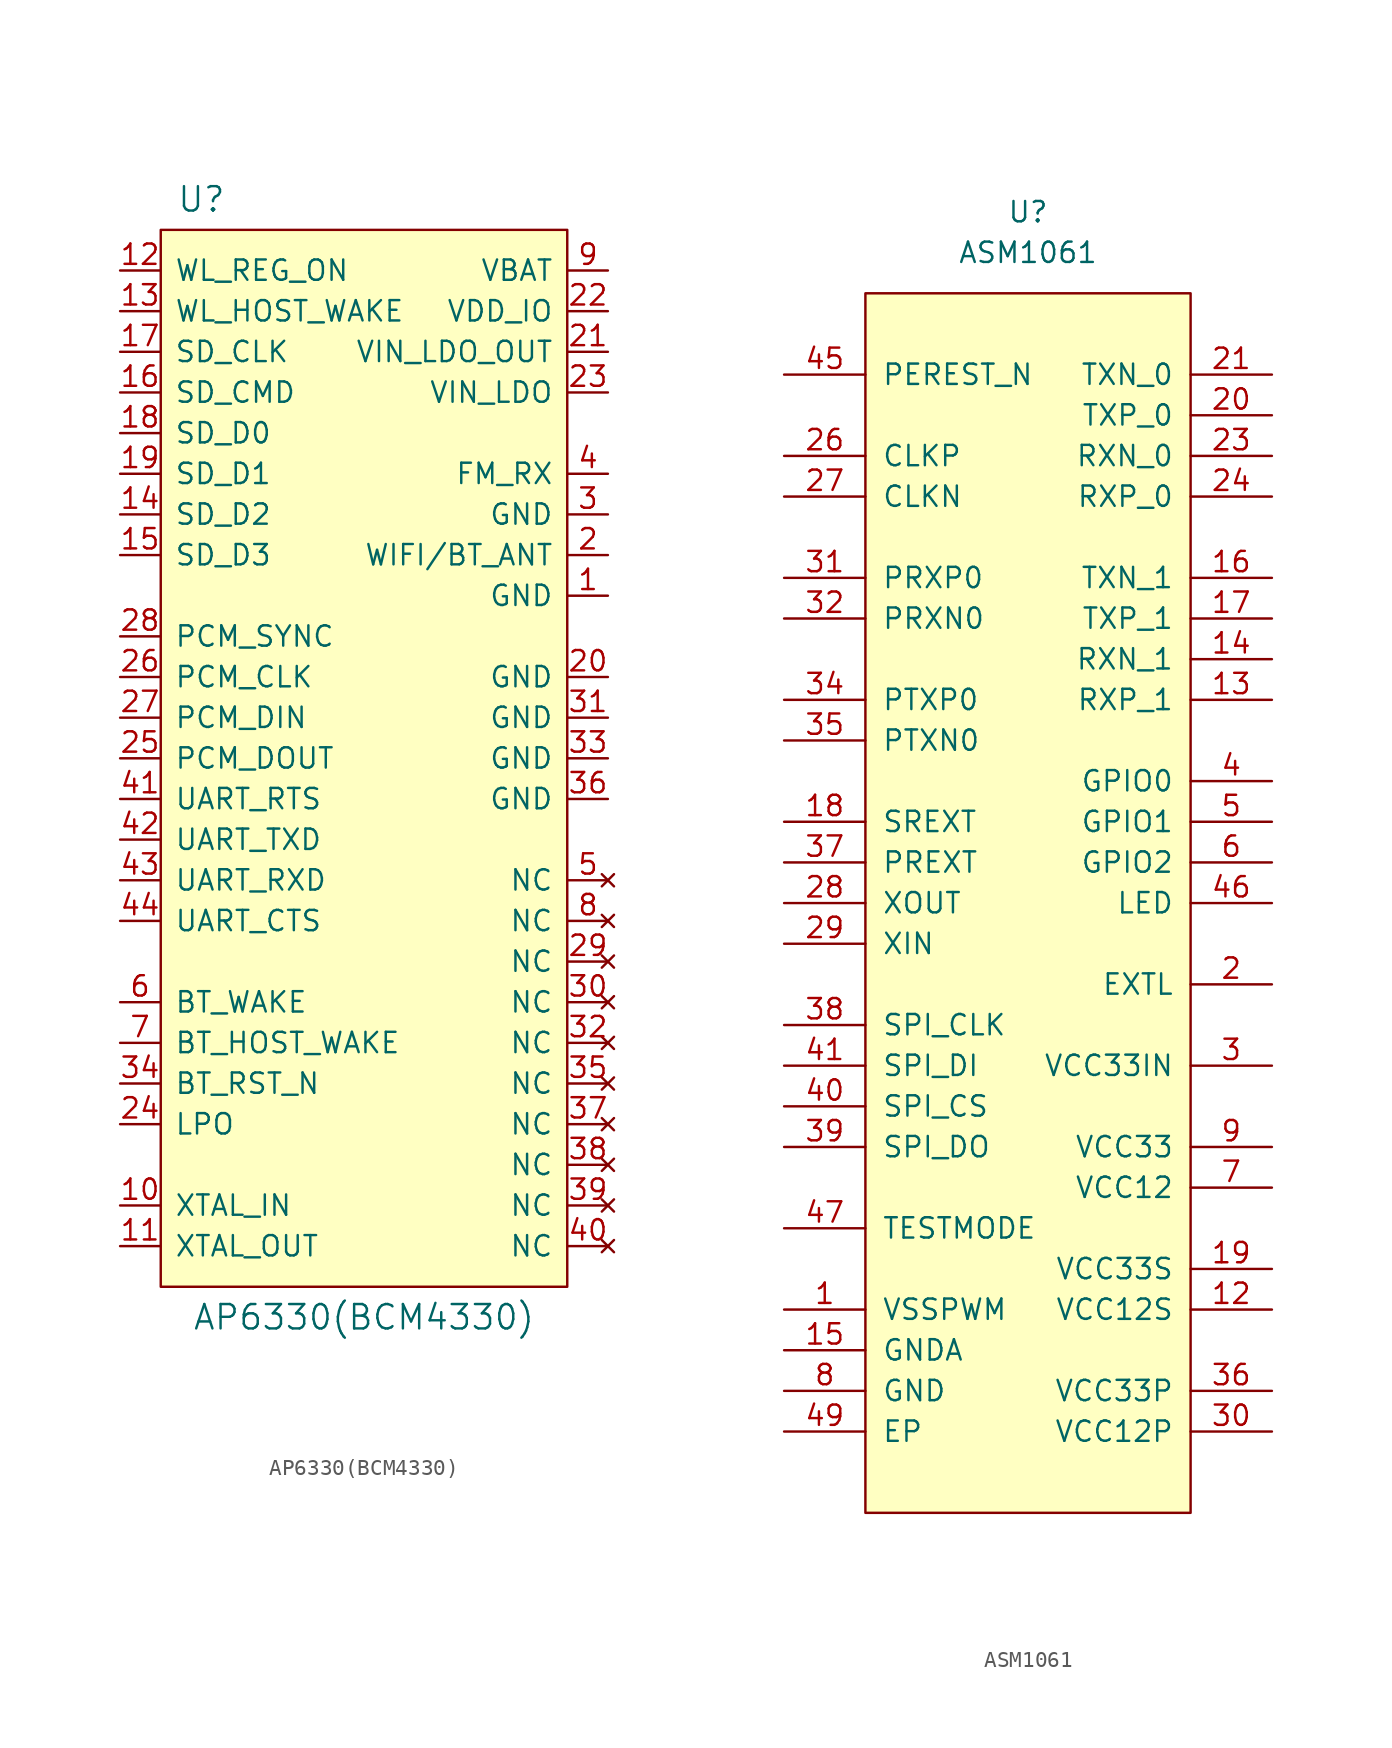
<source format=kicad_sym>
(kicad_symbol_lib
  (version 20220914)
  (generator kicad_symbol_editor)
  (symbol "AP6330(BCM4330)"
    (pin_names
      (offset 0.889))
    (property "Reference" "U"
      (at -10.16 34.925 0)
      (effects (font (size 1.524 1.524))))
    (property "Value" "AP6330(BCM4330)"
      (at 0 -34.925 0)
      (effects (font (size 1.524 1.524))))
    (symbol "AP6330(BCM4330)_0_1"
      (rectangle (start 12.7 33.02) (end -12.7 -33.02) (stroke (width 0) (type default)) (fill (type background))))
    (symbol "AP6330(BCM4330)_1_1"
      (pin power_in line (at 15.24 10.16 180) (length 2.489) (name "GND" (effects (font (size 1.27 1.27)))) (number "1" (effects (font (size 1.27 1.27)))))
      (pin input line (at -15.24 -27.94 0) (length 2.489) (name "XTAL_IN" (effects (font (size 1.27 1.27)))) (number "10" (effects (font (size 1.27 1.27)))))
      (pin output line (at -15.24 -30.48 0) (length 2.489) (name "XTAL_OUT" (effects (font (size 1.27 1.27)))) (number "11" (effects (font (size 1.27 1.27)))))
      (pin input line (at -15.24 30.48 0) (length 2.489) (name "WL_REG_ON" (effects (font (size 1.27 1.27)))) (number "12" (effects (font (size 1.27 1.27)))))
      (pin output line (at -15.24 27.94 0) (length 2.489) (name "WL_HOST_WAKE" (effects (font (size 1.27 1.27)))) (number "13" (effects (font (size 1.27 1.27)))))
      (pin bidirectional line (at -15.24 15.24 0) (length 2.489) (name "SD_D2" (effects (font (size 1.27 1.27)))) (number "14" (effects (font (size 1.27 1.27)))))
      (pin bidirectional line (at -15.24 12.7 0) (length 2.489) (name "SD_D3" (effects (font (size 1.27 1.27)))) (number "15" (effects (font (size 1.27 1.27)))))
      (pin bidirectional line (at -15.24 22.86 0) (length 2.489) (name "SD_CMD" (effects (font (size 1.27 1.27)))) (number "16" (effects (font (size 1.27 1.27)))))
      (pin input line (at -15.24 25.4 0) (length 2.489) (name "SD_CLK" (effects (font (size 1.27 1.27)))) (number "17" (effects (font (size 1.27 1.27)))))
      (pin bidirectional line (at -15.24 20.32 0) (length 2.489) (name "SD_D0" (effects (font (size 1.27 1.27)))) (number "18" (effects (font (size 1.27 1.27)))))
      (pin bidirectional line (at -15.24 17.78 0) (length 2.489) (name "SD_D1" (effects (font (size 1.27 1.27)))) (number "19" (effects (font (size 1.27 1.27)))))
      (pin bidirectional line (at 15.24 12.7 180) (length 2.489) (name "WIFI/BT_ANT" (effects (font (size 1.27 1.27)))) (number "2" (effects (font (size 1.27 1.27)))))
      (pin power_in line (at 15.24 5.08 180) (length 2.489) (name "GND" (effects (font (size 1.27 1.27)))) (number "20" (effects (font (size 1.27 1.27)))))
      (pin power_out line (at 15.24 25.4 180) (length 2.489) (name "VIN_LDO_OUT" (effects (font (size 1.27 1.27)))) (number "21" (effects (font (size 1.27 1.27)))))
      (pin power_in line (at 15.24 27.94 180) (length 2.489) (name "VDD_IO" (effects (font (size 1.27 1.27)))) (number "22" (effects (font (size 1.27 1.27)))))
      (pin power_in line (at 15.24 22.86 180) (length 2.489) (name "VIN_LDO" (effects (font (size 1.27 1.27)))) (number "23" (effects (font (size 1.27 1.27)))))
      (pin bidirectional line (at -15.24 -22.86 0) (length 2.489) (name "LPO" (effects (font (size 1.27 1.27)))) (number "24" (effects (font (size 1.27 1.27)))))
      (pin output line (at -15.24 0 0) (length 2.489) (name "PCM_DOUT" (effects (font (size 1.27 1.27)))) (number "25" (effects (font (size 1.27 1.27)))))
      (pin input line (at -15.24 5.08 0) (length 2.489) (name "PCM_CLK" (effects (font (size 1.27 1.27)))) (number "26" (effects (font (size 1.27 1.27)))))
      (pin input line (at -15.24 2.54 0) (length 2.489) (name "PCM_DIN" (effects (font (size 1.27 1.27)))) (number "27" (effects (font (size 1.27 1.27)))))
      (pin input line (at -15.24 7.62 0) (length 2.489) (name "PCM_SYNC" (effects (font (size 1.27 1.27)))) (number "28" (effects (font (size 1.27 1.27)))))
      (pin no_connect line (at 15.24 -12.7 180) (length 2.489) (name "NC" (effects (font (size 1.27 1.27)))) (number "29" (effects (font (size 1.27 1.27)))))
      (pin power_in line (at 15.24 15.24 180) (length 2.489) (name "GND" (effects (font (size 1.27 1.27)))) (number "3" (effects (font (size 1.27 1.27)))))
      (pin no_connect line (at 15.24 -15.24 180) (length 2.489) (name "NC" (effects (font (size 1.27 1.27)))) (number "30" (effects (font (size 1.27 1.27)))))
      (pin power_in line (at 15.24 2.54 180) (length 2.489) (name "GND" (effects (font (size 1.27 1.27)))) (number "31" (effects (font (size 1.27 1.27)))))
      (pin no_connect line (at 15.24 -17.78 180) (length 2.489) (name "NC" (effects (font (size 1.27 1.27)))) (number "32" (effects (font (size 1.27 1.27)))))
      (pin power_in line (at 15.24 0 180) (length 2.489) (name "GND" (effects (font (size 1.27 1.27)))) (number "33" (effects (font (size 1.27 1.27)))))
      (pin input line (at -15.24 -20.32 0) (length 2.489) (name "BT_RST_N" (effects (font (size 1.27 1.27)))) (number "34" (effects (font (size 1.27 1.27)))))
      (pin no_connect line (at 15.24 -20.32 180) (length 2.489) (name "NC" (effects (font (size 1.27 1.27)))) (number "35" (effects (font (size 1.27 1.27)))))
      (pin power_in line (at 15.24 -2.54 180) (length 2.489) (name "GND" (effects (font (size 1.27 1.27)))) (number "36" (effects (font (size 1.27 1.27)))))
      (pin no_connect line (at 15.24 -22.86 180) (length 2.489) (name "NC" (effects (font (size 1.27 1.27)))) (number "37" (effects (font (size 1.27 1.27)))))
      (pin no_connect line (at 15.24 -25.4 180) (length 2.489) (name "NC" (effects (font (size 1.27 1.27)))) (number "38" (effects (font (size 1.27 1.27)))))
      (pin no_connect line (at 15.24 -27.94 180) (length 2.489) (name "NC" (effects (font (size 1.27 1.27)))) (number "39" (effects (font (size 1.27 1.27)))))
      (pin input line (at 15.24 17.78 180) (length 2.489) (name "FM_RX" (effects (font (size 1.27 1.27)))) (number "4" (effects (font (size 1.27 1.27)))))
      (pin no_connect line (at 15.24 -30.48 180) (length 2.489) (name "NC" (effects (font (size 1.27 1.27)))) (number "40" (effects (font (size 1.27 1.27)))))
      (pin output line (at -15.24 -2.54 0) (length 2.489) (name "UART_RTS" (effects (font (size 1.27 1.27)))) (number "41" (effects (font (size 1.27 1.27)))))
      (pin output line (at -15.24 -5.08 0) (length 2.489) (name "UART_TXD" (effects (font (size 1.27 1.27)))) (number "42" (effects (font (size 1.27 1.27)))))
      (pin input line (at -15.24 -7.62 0) (length 2.489) (name "UART_RXD" (effects (font (size 1.27 1.27)))) (number "43" (effects (font (size 1.27 1.27)))))
      (pin input line (at -15.24 -10.16 0) (length 2.489) (name "UART_CTS" (effects (font (size 1.27 1.27)))) (number "44" (effects (font (size 1.27 1.27)))))
      (pin no_connect line (at 15.24 -7.62 180) (length 2.489) (name "NC" (effects (font (size 1.27 1.27)))) (number "5" (effects (font (size 1.27 1.27)))))
      (pin input line (at -15.24 -15.24 0) (length 2.489) (name "BT_WAKE" (effects (font (size 1.27 1.27)))) (number "6" (effects (font (size 1.27 1.27)))))
      (pin output line (at -15.24 -17.78 0) (length 2.489) (name "BT_HOST_WAKE" (effects (font (size 1.27 1.27)))) (number "7" (effects (font (size 1.27 1.27)))))
      (pin no_connect line (at 15.24 -10.16 180) (length 2.489) (name "NC" (effects (font (size 1.27 1.27)))) (number "8" (effects (font (size 1.27 1.27)))))
      (pin power_in line (at 15.24 30.48 180) (length 2.489) (name "VBAT" (effects (font (size 1.27 1.27)))) (number "9" (effects (font (size 1.27 1.27)))))))
  (symbol "ASM1061"
    (pin_names
      (offset 1.016))
    (property "Reference" "U"
      (at 0 0 0)
      (effects (font (size 1.27 1.27))))
    (property "Value" "ASM1061"
      (at 0 -2.54 0)
      (effects (font (size 1.27 1.27))))
    (symbol "ASM1061_0_1"
      (rectangle (start -10.16 -5.08) (end 10.16 -81.28) (stroke (width 0) (type default)) (fill (type background))))
    (symbol "ASM1061_1_1"
      (pin power_in line (at -15.24 -68.58 0) (length 5.08) (name "VSSPWM" (effects (font (size 1.27 1.27)))) (number "1" (effects (font (size 1.27 1.27)))))
      (pin power_in line (at -15.24 -73.66 0) (length 5.08) hide (name "GND" (effects (font (size 1.27 1.27)))) (number "10" (effects (font (size 1.27 1.27)))))
      (pin power_in line (at 15.24 -60.96 180) (length 5.08) hide (name "VCC12" (effects (font (size 1.27 1.27)))) (number "11" (effects (font (size 1.27 1.27)))))
      (pin power_in line (at 15.24 -68.58 180) (length 5.08) (name "VCC12S" (effects (font (size 1.27 1.27)))) (number "12" (effects (font (size 1.27 1.27)))))
      (pin input line (at 15.24 -30.48 180) (length 5.08) (name "RXP_1" (effects (font (size 1.27 1.27)))) (number "13" (effects (font (size 1.27 1.27)))))
      (pin input line (at 15.24 -27.94 180) (length 5.08) (name "RXN_1" (effects (font (size 1.27 1.27)))) (number "14" (effects (font (size 1.27 1.27)))))
      (pin power_in line (at -15.24 -71.12 0) (length 5.08) (name "GNDA" (effects (font (size 1.27 1.27)))) (number "15" (effects (font (size 1.27 1.27)))))
      (pin output line (at 15.24 -22.86 180) (length 5.08) (name "TXN_1" (effects (font (size 1.27 1.27)))) (number "16" (effects (font (size 1.27 1.27)))))
      (pin output line (at 15.24 -25.4 180) (length 5.08) (name "TXP_1" (effects (font (size 1.27 1.27)))) (number "17" (effects (font (size 1.27 1.27)))))
      (pin bidirectional line (at -15.24 -38.1 0) (length 5.08) (name "SREXT" (effects (font (size 1.27 1.27)))) (number "18" (effects (font (size 1.27 1.27)))))
      (pin power_in line (at 15.24 -66.04 180) (length 5.08) (name "VCC33S" (effects (font (size 1.27 1.27)))) (number "19" (effects (font (size 1.27 1.27)))))
      (pin power_out line (at 15.24 -48.26 180) (length 5.08) (name "EXTL" (effects (font (size 1.27 1.27)))) (number "2" (effects (font (size 1.27 1.27)))))
      (pin output line (at 15.24 -12.7 180) (length 5.08) (name "TXP_0" (effects (font (size 1.27 1.27)))) (number "20" (effects (font (size 1.27 1.27)))))
      (pin output line (at 15.24 -10.16 180) (length 5.08) (name "TXN_0" (effects (font (size 1.27 1.27)))) (number "21" (effects (font (size 1.27 1.27)))))
      (pin power_in line (at -15.24 -71.12 0) (length 5.08) hide (name "GNDA" (effects (font (size 1.27 1.27)))) (number "22" (effects (font (size 1.27 1.27)))))
      (pin input line (at 15.24 -15.24 180) (length 5.08) (name "RXN_0" (effects (font (size 1.27 1.27)))) (number "23" (effects (font (size 1.27 1.27)))))
      (pin input line (at 15.24 -17.78 180) (length 5.08) (name "RXP_0" (effects (font (size 1.27 1.27)))) (number "24" (effects (font (size 1.27 1.27)))))
      (pin power_in line (at 15.24 -68.58 180) (length 5.08) hide (name "VCC12S" (effects (font (size 1.27 1.27)))) (number "25" (effects (font (size 1.27 1.27)))))
      (pin input line (at -15.24 -15.24 0) (length 5.08) (name "CLKP" (effects (font (size 1.27 1.27)))) (number "26" (effects (font (size 1.27 1.27)))))
      (pin input line (at -15.24 -17.78 0) (length 5.08) (name "CLKN" (effects (font (size 1.27 1.27)))) (number "27" (effects (font (size 1.27 1.27)))))
      (pin output line (at -15.24 -43.18 0) (length 5.08) (name "XOUT" (effects (font (size 1.27 1.27)))) (number "28" (effects (font (size 1.27 1.27)))))
      (pin input line (at -15.24 -45.72 0) (length 5.08) (name "XIN" (effects (font (size 1.27 1.27)))) (number "29" (effects (font (size 1.27 1.27)))))
      (pin input line (at 15.24 -53.34 180) (length 5.08) (name "VCC33IN" (effects (font (size 1.27 1.27)))) (number "3" (effects (font (size 1.27 1.27)))))
      (pin power_in line (at 15.24 -76.2 180) (length 5.08) (name "VCC12P" (effects (font (size 1.27 1.27)))) (number "30" (effects (font (size 1.27 1.27)))))
      (pin input line (at -15.24 -22.86 0) (length 5.08) (name "PRXP0" (effects (font (size 1.27 1.27)))) (number "31" (effects (font (size 1.27 1.27)))))
      (pin input line (at -15.24 -25.4 0) (length 5.08) (name "PRXN0" (effects (font (size 1.27 1.27)))) (number "32" (effects (font (size 1.27 1.27)))))
      (pin power_in line (at -15.24 -71.12 0) (length 5.08) hide (name "GNDA" (effects (font (size 1.27 1.27)))) (number "33" (effects (font (size 1.27 1.27)))))
      (pin output line (at -15.24 -30.48 0) (length 5.08) (name "PTXP0" (effects (font (size 1.27 1.27)))) (number "34" (effects (font (size 1.27 1.27)))))
      (pin output line (at -15.24 -33.02 0) (length 5.08) (name "PTXN0" (effects (font (size 1.27 1.27)))) (number "35" (effects (font (size 1.27 1.27)))))
      (pin power_in line (at 15.24 -73.66 180) (length 5.08) (name "VCC33P" (effects (font (size 1.27 1.27)))) (number "36" (effects (font (size 1.27 1.27)))))
      (pin bidirectional line (at -15.24 -40.64 0) (length 5.08) (name "PREXT" (effects (font (size 1.27 1.27)))) (number "37" (effects (font (size 1.27 1.27)))))
      (pin output line (at -15.24 -50.8 0) (length 5.08) (name "SPI_CLK" (effects (font (size 1.27 1.27)))) (number "38" (effects (font (size 1.27 1.27)))))
      (pin output line (at -15.24 -58.42 0) (length 5.08) (name "SPI_DO" (effects (font (size 1.27 1.27)))) (number "39" (effects (font (size 1.27 1.27)))))
      (pin bidirectional line (at 15.24 -35.56 180) (length 5.08) (name "GPIO0" (effects (font (size 1.27 1.27)))) (number "4" (effects (font (size 1.27 1.27)))))
      (pin output line (at -15.24 -55.88 0) (length 5.08) (name "SPI_CS" (effects (font (size 1.27 1.27)))) (number "40" (effects (font (size 1.27 1.27)))))
      (pin input line (at -15.24 -53.34 0) (length 5.08) (name "SPI_DI" (effects (font (size 1.27 1.27)))) (number "41" (effects (font (size 1.27 1.27)))))
      (pin power_in line (at -15.24 -73.66 0) (length 5.08) hide (name "GND" (effects (font (size 1.27 1.27)))) (number "42" (effects (font (size 1.27 1.27)))))
      (pin power_in line (at 15.24 -60.96 180) (length 5.08) hide (name "VCC12" (effects (font (size 1.27 1.27)))) (number "43" (effects (font (size 1.27 1.27)))))
      (pin power_in line (at 15.24 -58.42 180) (length 5.08) hide (name "VCC33" (effects (font (size 1.27 1.27)))) (number "44" (effects (font (size 1.27 1.27)))))
      (pin input line (at -15.24 -10.16 0) (length 5.08) (name "PEREST_N" (effects (font (size 1.27 1.27)))) (number "45" (effects (font (size 1.27 1.27)))))
      (pin output line (at 15.24 -43.18 180) (length 5.08) (name "LED" (effects (font (size 1.27 1.27)))) (number "46" (effects (font (size 1.27 1.27)))))
      (pin input line (at -15.24 -63.5 0) (length 5.08) (name "TESTMODE" (effects (font (size 1.27 1.27)))) (number "47" (effects (font (size 1.27 1.27)))))
      (pin power_in line (at 15.24 -60.96 180) (length 5.08) hide (name "VCC12" (effects (font (size 1.27 1.27)))) (number "48" (effects (font (size 1.27 1.27)))))
      (pin power_in line (at -15.24 -76.2 0) (length 5.08) (name "EP" (effects (font (size 1.27 1.27)))) (number "49" (effects (font (size 1.27 1.27)))))
      (pin bidirectional line (at 15.24 -38.1 180) (length 5.08) (name "GPIO1" (effects (font (size 1.27 1.27)))) (number "5" (effects (font (size 1.27 1.27)))))
      (pin bidirectional line (at 15.24 -40.64 180) (length 5.08) (name "GPIO2" (effects (font (size 1.27 1.27)))) (number "6" (effects (font (size 1.27 1.27)))))
      (pin power_in line (at 15.24 -60.96 180) (length 5.08) (name "VCC12" (effects (font (size 1.27 1.27)))) (number "7" (effects (font (size 1.27 1.27)))))
      (pin power_in line (at -15.24 -73.66 0) (length 5.08) (name "GND" (effects (font (size 1.27 1.27)))) (number "8" (effects (font (size 1.27 1.27)))))
      (pin power_in line (at 15.24 -58.42 180) (length 5.08) (name "VCC33" (effects (font (size 1.27 1.27)))) (number "9" (effects (font (size 1.27 1.27))))))))
</source>
